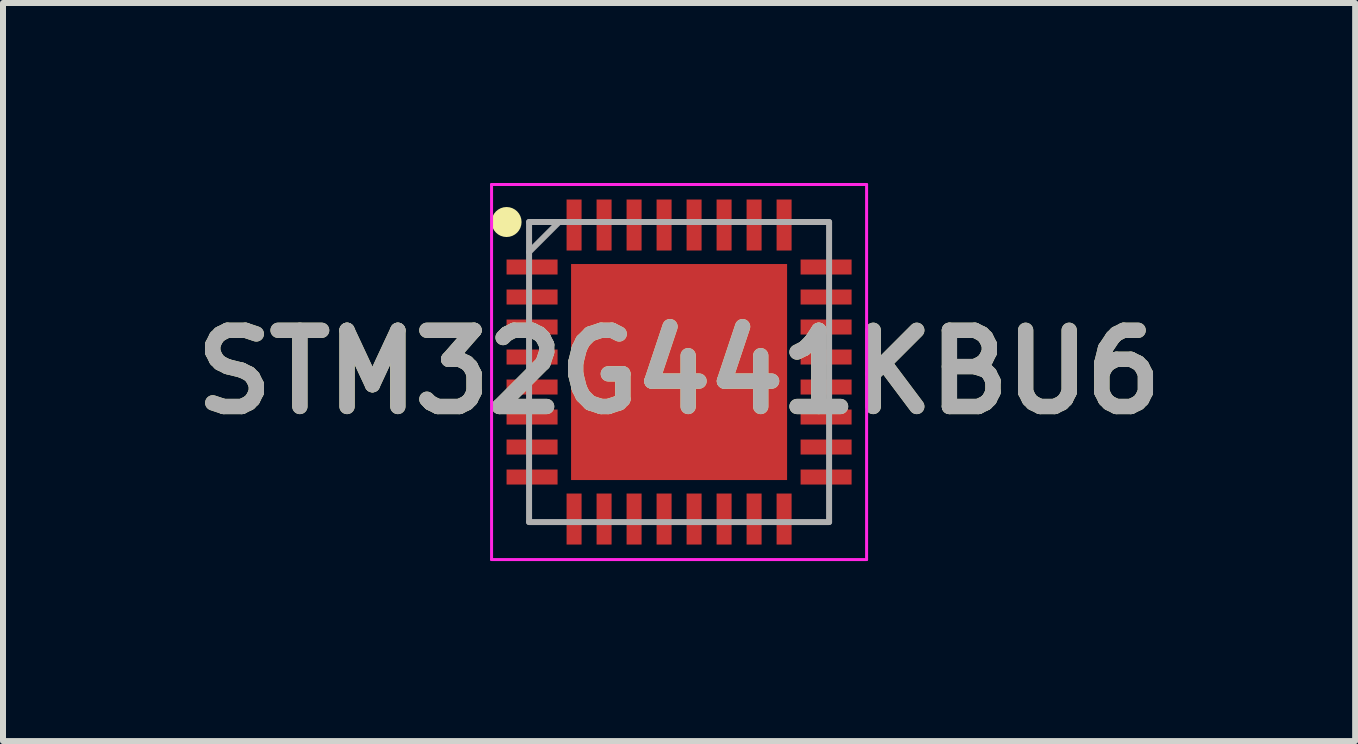
<source format=kicad_pcb>
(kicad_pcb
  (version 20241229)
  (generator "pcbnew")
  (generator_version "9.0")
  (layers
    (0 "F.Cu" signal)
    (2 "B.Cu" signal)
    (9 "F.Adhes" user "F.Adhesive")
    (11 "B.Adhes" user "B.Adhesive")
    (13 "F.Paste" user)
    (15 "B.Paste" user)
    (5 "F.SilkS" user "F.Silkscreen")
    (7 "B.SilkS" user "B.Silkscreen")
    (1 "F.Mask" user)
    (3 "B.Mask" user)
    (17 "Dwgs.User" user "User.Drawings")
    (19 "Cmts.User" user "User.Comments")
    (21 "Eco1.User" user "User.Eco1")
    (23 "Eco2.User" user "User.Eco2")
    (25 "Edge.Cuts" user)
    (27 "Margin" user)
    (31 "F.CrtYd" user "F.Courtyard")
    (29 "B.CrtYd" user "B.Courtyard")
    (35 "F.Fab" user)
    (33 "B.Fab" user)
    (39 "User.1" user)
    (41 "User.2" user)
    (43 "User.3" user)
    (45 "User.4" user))
  (footprint "STM32G441KBU6"
    (layer "F.Cu")
    (at 8.267 3.15)
    (property "Reference" "STM32G441KBU6" (at 0 0 0) (layer "F.SilkS") (effects (font (size 1.27 1.27) (thickness 0.254))))
    (attr smd)
    (fp_circle (center -2.875 -2.5) (end -2.875 -2.375) (stroke (width 0.25) (type solid)) (fill no) (layer "F.SilkS"))
    (fp_line (start -3.125 -3.125) (end 3.125 -3.125) (stroke (width 0.05) (type solid)) (layer "F.CrtYd"))
    (fp_line (start -3.125 3.125) (end -3.125 -3.125) (stroke (width 0.05) (type solid)) (layer "F.CrtYd"))
    (fp_line (start 3.125 -3.125) (end 3.125 3.125) (stroke (width 0.05) (type solid)) (layer "F.CrtYd"))
    (fp_line (start 3.125 3.125) (end -3.125 3.125) (stroke (width 0.05) (type solid)) (layer "F.CrtYd"))
    (fp_line (start -2.5 -2.5) (end 2.5 -2.5) (stroke (width 0.1) (type solid)) (layer "F.Fab"))
    (fp_line (start -2.5 -2) (end -2 -2.5) (stroke (width 0.1) (type solid)) (layer "F.Fab"))
    (fp_line (start -2.5 2.5) (end -2.5 -2.5) (stroke (width 0.1) (type solid)) (layer "F.Fab"))
    (fp_line (start 2.5 -2.5) (end 2.5 2.5) (stroke (width 0.1) (type solid)) (layer "F.Fab"))
    (fp_line (start 2.5 2.5) (end -2.5 2.5) (stroke (width 0.1) (type solid)) (layer "F.Fab"))
    (fp_text user "${REFERENCE}" (at 0 0 0) (layer "F.Fab") (effects (font (size 1.27 1.27) (thickness 0.254))))
    (pad "1" smd rect (at -2.45 -1.75 90) (size 0.25 0.85) (layers "F.Cu" "F.Mask" "F.Paste"))
    (pad "2" smd rect (at -2.45 -1.25 90) (size 0.25 0.85) (layers "F.Cu" "F.Mask" "F.Paste"))
    (pad "3" smd rect (at -2.45 -0.75 90) (size 0.25 0.85) (layers "F.Cu" "F.Mask" "F.Paste"))
    (pad "4" smd rect (at -2.45 -0.25 90) (size 0.25 0.85) (layers "F.Cu" "F.Mask" "F.Paste"))
    (pad "5" smd rect (at -2.45 0.25 90) (size 0.25 0.85) (layers "F.Cu" "F.Mask" "F.Paste"))
    (pad "6" smd rect (at -2.45 0.75 90) (size 0.25 0.85) (layers "F.Cu" "F.Mask" "F.Paste"))
    (pad "7" smd rect (at -2.45 1.25 90) (size 0.25 0.85) (layers "F.Cu" "F.Mask" "F.Paste"))
    (pad "8" smd rect (at -2.45 1.75 90) (size 0.25 0.85) (layers "F.Cu" "F.Mask" "F.Paste"))
    (pad "9" smd rect (at -1.75 2.45) (size 0.25 0.85) (layers "F.Cu" "F.Mask" "F.Paste"))
    (pad "10" smd rect (at -1.25 2.45) (size 0.25 0.85) (layers "F.Cu" "F.Mask" "F.Paste"))
    (pad "11" smd rect (at -0.75 2.45) (size 0.25 0.85) (layers "F.Cu" "F.Mask" "F.Paste"))
    (pad "12" smd rect (at -0.25 2.45) (size 0.25 0.85) (layers "F.Cu" "F.Mask" "F.Paste"))
    (pad "13" smd rect (at 0.25 2.45) (size 0.25 0.85) (layers "F.Cu" "F.Mask" "F.Paste"))
    (pad "14" smd rect (at 0.75 2.45) (size 0.25 0.85) (layers "F.Cu" "F.Mask" "F.Paste"))
    (pad "15" smd rect (at 1.25 2.45) (size 0.25 0.85) (layers "F.Cu" "F.Mask" "F.Paste"))
    (pad "16" smd rect (at 1.75 2.45) (size 0.25 0.85) (layers "F.Cu" "F.Mask" "F.Paste"))
    (pad "17" smd rect (at 2.45 1.75 90) (size 0.25 0.85) (layers "F.Cu" "F.Mask" "F.Paste"))
    (pad "18" smd rect (at 2.45 1.25 90) (size 0.25 0.85) (layers "F.Cu" "F.Mask" "F.Paste"))
    (pad "19" smd rect (at 2.45 0.75 90) (size 0.25 0.85) (layers "F.Cu" "F.Mask" "F.Paste"))
    (pad "20" smd rect (at 2.45 0.25 90) (size 0.25 0.85) (layers "F.Cu" "F.Mask" "F.Paste"))
    (pad "21" smd rect (at 2.45 -0.25 90) (size 0.25 0.85) (layers "F.Cu" "F.Mask" "F.Paste"))
    (pad "22" smd rect (at 2.45 -0.75 90) (size 0.25 0.85) (layers "F.Cu" "F.Mask" "F.Paste"))
    (pad "23" smd rect (at 2.45 -1.25 90) (size 0.25 0.85) (layers "F.Cu" "F.Mask" "F.Paste"))
    (pad "24" smd rect (at 2.45 -1.75 90) (size 0.25 0.85) (layers "F.Cu" "F.Mask" "F.Paste"))
    (pad "25" smd rect (at 1.75 -2.45) (size 0.25 0.85) (layers "F.Cu" "F.Mask" "F.Paste"))
    (pad "26" smd rect (at 1.25 -2.45) (size 0.25 0.85) (layers "F.Cu" "F.Mask" "F.Paste"))
    (pad "27" smd rect (at 0.75 -2.45) (size 0.25 0.85) (layers "F.Cu" "F.Mask" "F.Paste"))
    (pad "28" smd rect (at 0.25 -2.45) (size 0.25 0.85) (layers "F.Cu" "F.Mask" "F.Paste"))
    (pad "29" smd rect (at -0.25 -2.45) (size 0.25 0.85) (layers "F.Cu" "F.Mask" "F.Paste"))
    (pad "30" smd rect (at -0.75 -2.45) (size 0.25 0.85) (layers "F.Cu" "F.Mask" "F.Paste"))
    (pad "31" smd rect (at -1.25 -2.45) (size 0.25 0.85) (layers "F.Cu" "F.Mask" "F.Paste"))
    (pad "32" smd rect (at -1.75 -2.45) (size 0.25 0.85) (layers "F.Cu" "F.Mask" "F.Paste"))
    (pad "33" smd rect (at 0 0) (size 3.6 3.6) (layers "F.Cu" "F.Mask" "F.Paste")))
  (gr_rect
    (start -3 -3)
    (end 19.534 9.3)
    (stroke (width 0.1) (type default))
    (fill no)
    (layer "Edge.Cuts")))
</source>
